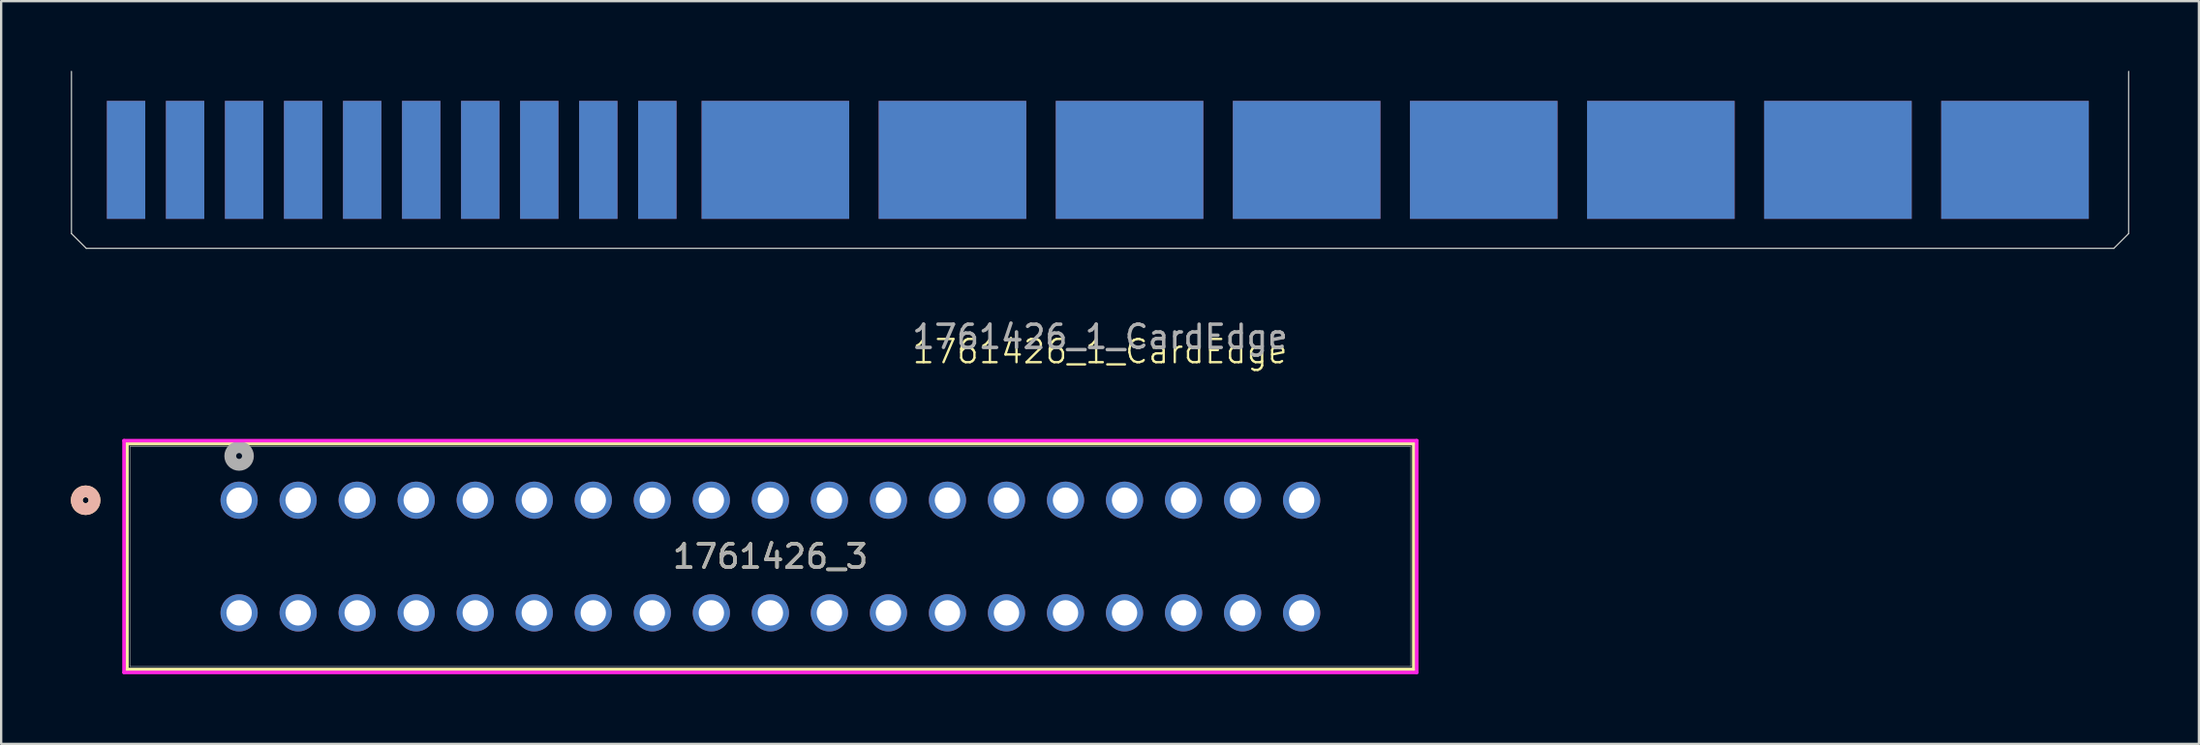
<source format=kicad_pcb>
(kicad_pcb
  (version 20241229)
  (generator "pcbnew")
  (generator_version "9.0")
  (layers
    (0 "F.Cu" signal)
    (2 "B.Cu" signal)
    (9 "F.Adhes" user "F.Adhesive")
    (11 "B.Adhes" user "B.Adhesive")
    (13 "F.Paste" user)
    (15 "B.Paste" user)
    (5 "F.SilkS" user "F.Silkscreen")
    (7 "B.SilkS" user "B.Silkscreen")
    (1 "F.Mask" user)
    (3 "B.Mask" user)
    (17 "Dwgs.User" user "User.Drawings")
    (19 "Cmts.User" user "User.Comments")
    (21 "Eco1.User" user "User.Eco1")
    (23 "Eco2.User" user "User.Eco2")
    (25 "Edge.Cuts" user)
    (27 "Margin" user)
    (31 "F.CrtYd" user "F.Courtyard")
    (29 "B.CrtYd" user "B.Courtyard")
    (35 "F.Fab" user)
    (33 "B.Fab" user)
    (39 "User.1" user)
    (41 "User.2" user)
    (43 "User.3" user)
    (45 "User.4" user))
  (footprint "1761426_3"
    (layer "F.Cu")
    (at 7.239 18.492)
    (property "Reference" "1761426_3" (at 22.86 2.426 0) (unlocked yes) (layer "F.SilkS") (effects (font (size 1 1) (thickness 0.15))))
    (attr through_hole)
    (fp_line (start -4.826 -2.438) (end -4.826 7.29) (stroke (width 0.152) (type solid)) (layer "F.SilkS"))
    (fp_line (start -4.826 7.29) (end 50.546 7.29) (stroke (width 0.152) (type solid)) (layer "F.SilkS"))
    (fp_line (start 50.546 -2.438) (end -4.826 -2.438) (stroke (width 0.152) (type solid)) (layer "F.SilkS"))
    (fp_line (start 50.546 7.29) (end 50.546 -2.438) (stroke (width 0.152) (type solid)) (layer "F.SilkS"))
    (fp_circle (center -6.604 0) (end -6.223 0) (stroke (width 0.508) (type solid)) (fill no) (layer "F.SilkS"))
    (fp_circle (center -6.604 0) (end -6.223 0) (stroke (width 0.508) (type solid)) (fill no) (layer "B.SilkS"))
    (fp_line (start -4.953 -2.565) (end -4.953 7.417) (stroke (width 0.152) (type solid)) (layer "F.CrtYd"))
    (fp_line (start -4.953 7.417) (end 50.673 7.417) (stroke (width 0.152) (type solid)) (layer "F.CrtYd"))
    (fp_line (start 50.673 -2.565) (end -4.953 -2.565) (stroke (width 0.152) (type solid)) (layer "F.CrtYd"))
    (fp_line (start 50.673 7.417) (end 50.673 -2.565) (stroke (width 0.152) (type solid)) (layer "F.CrtYd"))
    (fp_line (start -4.699 -2.311) (end -4.699 7.163) (stroke (width 0.025) (type solid)) (layer "F.Fab"))
    (fp_line (start -4.699 7.163) (end 50.419 7.163) (stroke (width 0.025) (type solid)) (layer "F.Fab"))
    (fp_line (start 50.419 -2.311) (end -4.699 -2.311) (stroke (width 0.025) (type solid)) (layer "F.Fab"))
    (fp_line (start 50.419 7.163) (end 50.419 -2.311) (stroke (width 0.025) (type solid)) (layer "F.Fab"))
    (fp_circle (center 0 -1.905) (end 0.381 -1.905) (stroke (width 0.508) (type solid)) (fill no) (layer "F.Fab"))
    (fp_text user "${REFERENCE}" (at 22.86 2.426 0) (unlocked yes) (layer "F.Fab") (effects (font (size 1 1) (thickness 0.15))))
    (pad "1" thru_hole circle (at 0 0) (size 1.6 1.6) (drill 1.092) (layers "*.Cu" "*.Mask"))
    (pad "2" thru_hole circle (at 2.54 0) (size 1.6 1.6) (drill 1.092) (layers "*.Cu" "*.Mask"))
    (pad "3" thru_hole circle (at 5.08 0) (size 1.6 1.6) (drill 1.092) (layers "*.Cu" "*.Mask"))
    (pad "4" thru_hole circle (at 7.62 0) (size 1.6 1.6) (drill 1.092) (layers "*.Cu" "*.Mask"))
    (pad "5" thru_hole circle (at 10.16 0) (size 1.6 1.6) (drill 1.092) (layers "*.Cu" "*.Mask"))
    (pad "6" thru_hole circle (at 12.7 0) (size 1.6 1.6) (drill 1.092) (layers "*.Cu" "*.Mask"))
    (pad "7" thru_hole circle (at 15.24 0) (size 1.6 1.6) (drill 1.092) (layers "*.Cu" "*.Mask"))
    (pad "8" thru_hole circle (at 17.78 0) (size 1.6 1.6) (drill 1.092) (layers "*.Cu" "*.Mask"))
    (pad "9" thru_hole circle (at 20.32 0) (size 1.6 1.6) (drill 1.092) (layers "*.Cu" "*.Mask"))
    (pad "10" thru_hole circle (at 22.86 0) (size 1.6 1.6) (drill 1.092) (layers "*.Cu" "*.Mask"))
    (pad "11" thru_hole circle (at 25.4 0) (size 1.6 1.6) (drill 1.092) (layers "*.Cu" "*.Mask"))
    (pad "12" thru_hole circle (at 27.94 0) (size 1.6 1.6) (drill 1.092) (layers "*.Cu" "*.Mask"))
    (pad "13" thru_hole circle (at 30.48 0) (size 1.6 1.6) (drill 1.092) (layers "*.Cu" "*.Mask"))
    (pad "14" thru_hole circle (at 33.02 0) (size 1.6 1.6) (drill 1.092) (layers "*.Cu" "*.Mask"))
    (pad "15" thru_hole circle (at 35.56 0) (size 1.6 1.6) (drill 1.092) (layers "*.Cu" "*.Mask"))
    (pad "16" thru_hole circle (at 38.1 0) (size 1.6 1.6) (drill 1.092) (layers "*.Cu" "*.Mask"))
    (pad "17" thru_hole circle (at 40.64 0) (size 1.6 1.6) (drill 1.092) (layers "*.Cu" "*.Mask"))
    (pad "18" thru_hole circle (at 43.18 0) (size 1.6 1.6) (drill 1.092) (layers "*.Cu" "*.Mask"))
    (pad "19" thru_hole circle (at 45.72 0) (size 1.6 1.6) (drill 1.092) (layers "*.Cu" "*.Mask"))
    (pad "20" thru_hole circle (at 0 4.851) (size 1.6 1.6) (drill 1.092) (layers "*.Cu" "*.Mask"))
    (pad "21" thru_hole circle (at 2.54 4.851) (size 1.6 1.6) (drill 1.092) (layers "*.Cu" "*.Mask"))
    (pad "22" thru_hole circle (at 5.08 4.851) (size 1.6 1.6) (drill 1.092) (layers "*.Cu" "*.Mask"))
    (pad "23" thru_hole circle (at 7.62 4.851) (size 1.6 1.6) (drill 1.092) (layers "*.Cu" "*.Mask"))
    (pad "24" thru_hole circle (at 10.16 4.851) (size 1.6 1.6) (drill 1.092) (layers "*.Cu" "*.Mask"))
    (pad "25" thru_hole circle (at 12.7 4.851) (size 1.6 1.6) (drill 1.092) (layers "*.Cu" "*.Mask"))
    (pad "26" thru_hole circle (at 15.24 4.851) (size 1.6 1.6) (drill 1.092) (layers "*.Cu" "*.Mask"))
    (pad "27" thru_hole circle (at 17.78 4.851) (size 1.6 1.6) (drill 1.092) (layers "*.Cu" "*.Mask"))
    (pad "28" thru_hole circle (at 20.32 4.851) (size 1.6 1.6) (drill 1.092) (layers "*.Cu" "*.Mask"))
    (pad "29" thru_hole circle (at 22.86 4.851) (size 1.6 1.6) (drill 1.092) (layers "*.Cu" "*.Mask"))
    (pad "30" thru_hole circle (at 25.4 4.851) (size 1.6 1.6) (drill 1.092) (layers "*.Cu" "*.Mask"))
    (pad "31" thru_hole circle (at 27.94 4.851) (size 1.6 1.6) (drill 1.092) (layers "*.Cu" "*.Mask"))
    (pad "32" thru_hole circle (at 30.48 4.851) (size 1.6 1.6) (drill 1.092) (layers "*.Cu" "*.Mask"))
    (pad "33" thru_hole circle (at 33.02 4.851) (size 1.6 1.6) (drill 1.092) (layers "*.Cu" "*.Mask"))
    (pad "34" thru_hole circle (at 35.56 4.851) (size 1.6 1.6) (drill 1.092) (layers "*.Cu" "*.Mask"))
    (pad "35" thru_hole circle (at 38.1 4.851) (size 1.6 1.6) (drill 1.092) (layers "*.Cu" "*.Mask"))
    (pad "36" thru_hole circle (at 40.64 4.851) (size 1.6 1.6) (drill 1.092) (layers "*.Cu" "*.Mask"))
    (pad "37" thru_hole circle (at 43.18 4.851) (size 1.6 1.6) (drill 1.092) (layers "*.Cu" "*.Mask"))
    (pad "38" thru_hole circle (at 45.72 4.851) (size 1.6 1.6) (drill 1.092) (layers "*.Cu" "*.Mask")))
  (footprint "1761426_1_CardEdge"
    (layer "F.Cu")
    (at 44.285 7.645)
    (property "Reference" "1761426_1_CardEdge" (at 0 4.445 0) (unlocked yes) (layer "F.SilkS") (effects (font (size 1 1) (thickness 0.1))))
    (fp_line (start -44.26 -0.635) (end -44.26 -7.62) (stroke (width 0.05) (type default)) (layer "Edge.Cuts"))
    (fp_line (start -43.624 0) (end -44.26 -0.635) (stroke (width 0.05) (type default)) (layer "Edge.Cuts"))
    (fp_line (start -43.624 0) (end 43.624 0) (stroke (width 0.05) (type default)) (layer "Edge.Cuts"))
    (fp_line (start 43.624 0) (end 44.26 -0.635) (stroke (width 0.05) (type default)) (layer "Edge.Cuts"))
    (fp_line (start 44.26 -0.635) (end 44.26 -7.62) (stroke (width 0.05) (type default)) (layer "Edge.Cuts"))
    (fp_text user "${REFERENCE}" (at 0 3.81 0) (unlocked yes) (layer "F.Fab") (effects (font (size 1 1) (thickness 0.15))))
    (pad "1" connect rect (at 39.37 -3.81) (size 6.35 5.08) (layers "F.Cu" "F.Mask"))
    (pad "4" connect rect (at 31.75 -3.81) (size 6.35 5.08) (layers "F.Cu" "F.Mask"))
    (pad "7" connect rect (at 24.13 -3.81) (size 6.35 5.08) (layers "F.Cu" "F.Mask"))
    (pad "10" connect rect (at 16.51 -3.81) (size 6.35 5.08) (layers "F.Cu" "F.Mask"))
    (pad "13" connect rect (at 8.89 -3.81) (size 6.35 5.08) (layers "F.Cu" "F.Mask"))
    (pad "16" connect rect (at 1.27 -3.81) (size 6.35 5.08) (layers "F.Cu" "F.Mask"))
    (pad "19" connect rect (at -6.35 -3.81) (size 6.35 5.08) (layers "F.Cu" "F.Mask"))
    (pad "22" connect rect (at -13.97 -3.81) (size 6.35 5.08) (layers "F.Cu" "F.Mask"))
    (pad "25" connect rect (at -19.05 -3.81) (size 1.651 5.08) (layers "F.Cu" "F.Mask"))
    (pad "26" connect rect (at -21.59 -3.81) (size 1.651 5.08) (layers "F.Cu" "F.Mask"))
    (pad "27" connect rect (at -24.13 -3.81) (size 1.651 5.08) (layers "F.Cu" "F.Mask"))
    (pad "28" connect rect (at -26.67 -3.81) (size 1.651 5.08) (layers "F.Cu" "F.Mask"))
    (pad "29" connect rect (at -29.21 -3.81) (size 1.651 5.08) (layers "F.Cu" "F.Mask"))
    (pad "30" connect rect (at -31.75 -3.81) (size 1.651 5.08) (layers "F.Cu" "F.Mask"))
    (pad "31" connect rect (at -34.29 -3.81) (size 1.651 5.08) (layers "F.Cu" "F.Mask"))
    (pad "32" connect rect (at -36.83 -3.81) (size 1.651 5.08) (layers "F.Cu" "F.Mask"))
    (pad "33" connect rect (at -39.37 -3.81) (size 1.651 5.08) (layers "F.Cu" "F.Mask"))
    (pad "34" connect rect (at -41.91 -3.81) (size 1.651 5.08) (layers "F.Cu" "F.Mask"))
    (pad "35" connect rect (at -41.91 -3.81) (size 1.651 5.08) (layers "B.Cu" "B.Mask"))
    (pad "36" connect rect (at -39.37 -3.81) (size 1.651 5.08) (layers "B.Cu" "B.Mask"))
    (pad "37" connect rect (at -36.83 -3.81) (size 1.651 5.08) (layers "B.Cu" "B.Mask"))
    (pad "38" connect rect (at -34.29 -3.81) (size 1.651 5.08) (layers "B.Cu" "B.Mask"))
    (pad "39" connect rect (at -31.75 -3.81) (size 1.651 5.08) (layers "B.Cu" "B.Mask"))
    (pad "40" connect rect (at -29.21 -3.81) (size 1.651 5.08) (layers "B.Cu" "B.Mask"))
    (pad "41" connect rect (at -26.67 -3.81) (size 1.651 5.08) (layers "B.Cu" "B.Mask"))
    (pad "42" connect rect (at -24.13 -3.81) (size 1.651 5.08) (layers "B.Cu" "B.Mask"))
    (pad "43" connect rect (at -21.59 -3.81) (size 1.651 5.08) (layers "B.Cu" "B.Mask"))
    (pad "44" connect rect (at -19.05 -3.81) (size 1.651 5.08) (layers "B.Cu" "B.Mask"))
    (pad "45" connect rect (at -13.97 -3.81) (size 6.35 5.08) (layers "B.Cu" "B.Mask"))
    (pad "48" connect rect (at -6.35 -3.81) (size 6.35 5.08) (layers "B.Cu" "B.Mask"))
    (pad "51" connect rect (at 1.27 -3.81) (size 6.35 5.08) (layers "B.Cu" "B.Mask"))
    (pad "54" connect rect (at 8.89 -3.81) (size 6.35 5.08) (layers "B.Cu" "B.Mask"))
    (pad "57" connect rect (at 16.51 -3.81) (size 6.35 5.08) (layers "B.Cu" "B.Mask"))
    (pad "60" connect rect (at 24.13 -3.81) (size 6.35 5.08) (layers "B.Cu" "B.Mask"))
    (pad "63" connect rect (at 31.75 -3.81) (size 6.35 5.08) (layers "B.Cu" "B.Mask"))
    (pad "66" connect rect (at 39.37 -3.81) (size 6.35 5.08) (layers "B.Cu" "B.Mask")))
  (gr_rect
    (start -3 -3)
    (end 91.569 28.985)
    (stroke (width 0.1) (type default))
    (fill no)
    (layer "Edge.Cuts")))
</source>
